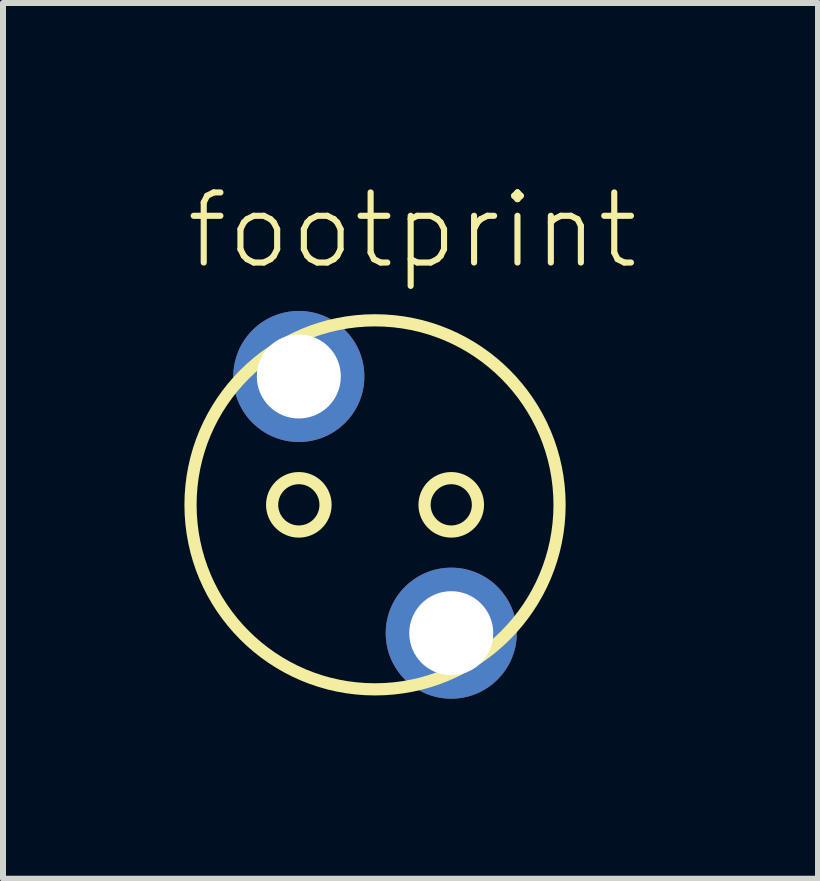
<source format=kicad_pcb>
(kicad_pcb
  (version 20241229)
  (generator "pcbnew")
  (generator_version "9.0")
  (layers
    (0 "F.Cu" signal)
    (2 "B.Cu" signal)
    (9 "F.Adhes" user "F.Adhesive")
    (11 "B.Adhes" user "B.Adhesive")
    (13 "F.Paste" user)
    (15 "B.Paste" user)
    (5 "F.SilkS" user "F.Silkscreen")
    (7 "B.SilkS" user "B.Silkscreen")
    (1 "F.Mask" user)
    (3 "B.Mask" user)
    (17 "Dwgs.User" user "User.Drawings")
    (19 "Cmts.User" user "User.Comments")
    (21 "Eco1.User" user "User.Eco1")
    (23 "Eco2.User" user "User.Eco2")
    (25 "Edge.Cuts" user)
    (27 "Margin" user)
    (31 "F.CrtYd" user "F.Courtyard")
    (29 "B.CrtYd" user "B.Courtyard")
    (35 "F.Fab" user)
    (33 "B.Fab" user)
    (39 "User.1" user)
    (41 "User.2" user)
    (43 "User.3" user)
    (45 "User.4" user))
  (footprint "footprint"
    (layer "F.Cu")
    (at 3.2 5.363)
    (property "Reference" "footprint" (at -3.2 -3.89 0) (layer "F.SilkS") (effects (font (size 1.168 1.168) (thickness 0.102)) (justify left bottom)))
    (fp_circle (center -1.27 0) (end -0.825 0) (stroke (width 0.203) (type solid)) (fill no) (layer "F.SilkS"))
    (fp_circle (center 0 0) (end 3.075 0) (stroke (width 0.203) (type solid)) (fill no) (layer "F.SilkS"))
    (fp_circle (center 1.27 0) (end 1.715 0) (stroke (width 0.203) (type solid)) (fill no) (layer "F.SilkS"))
    (pad "1" thru_hole circle (at -1.27 -2.139) (size 2.184 2.184) (drill 1.4) (layers "*.Cu" "*.Mask"))
    (pad "2" thru_hole circle (at 1.27 2.139) (size 2.184 2.184) (drill 1.4) (layers "*.Cu" "*.Mask")))
  (gr_rect
    (start -3 -3)
    (end 10.582 11.594)
    (stroke (width 0.1) (type default))
    (fill no)
    (layer "Edge.Cuts")))
</source>
